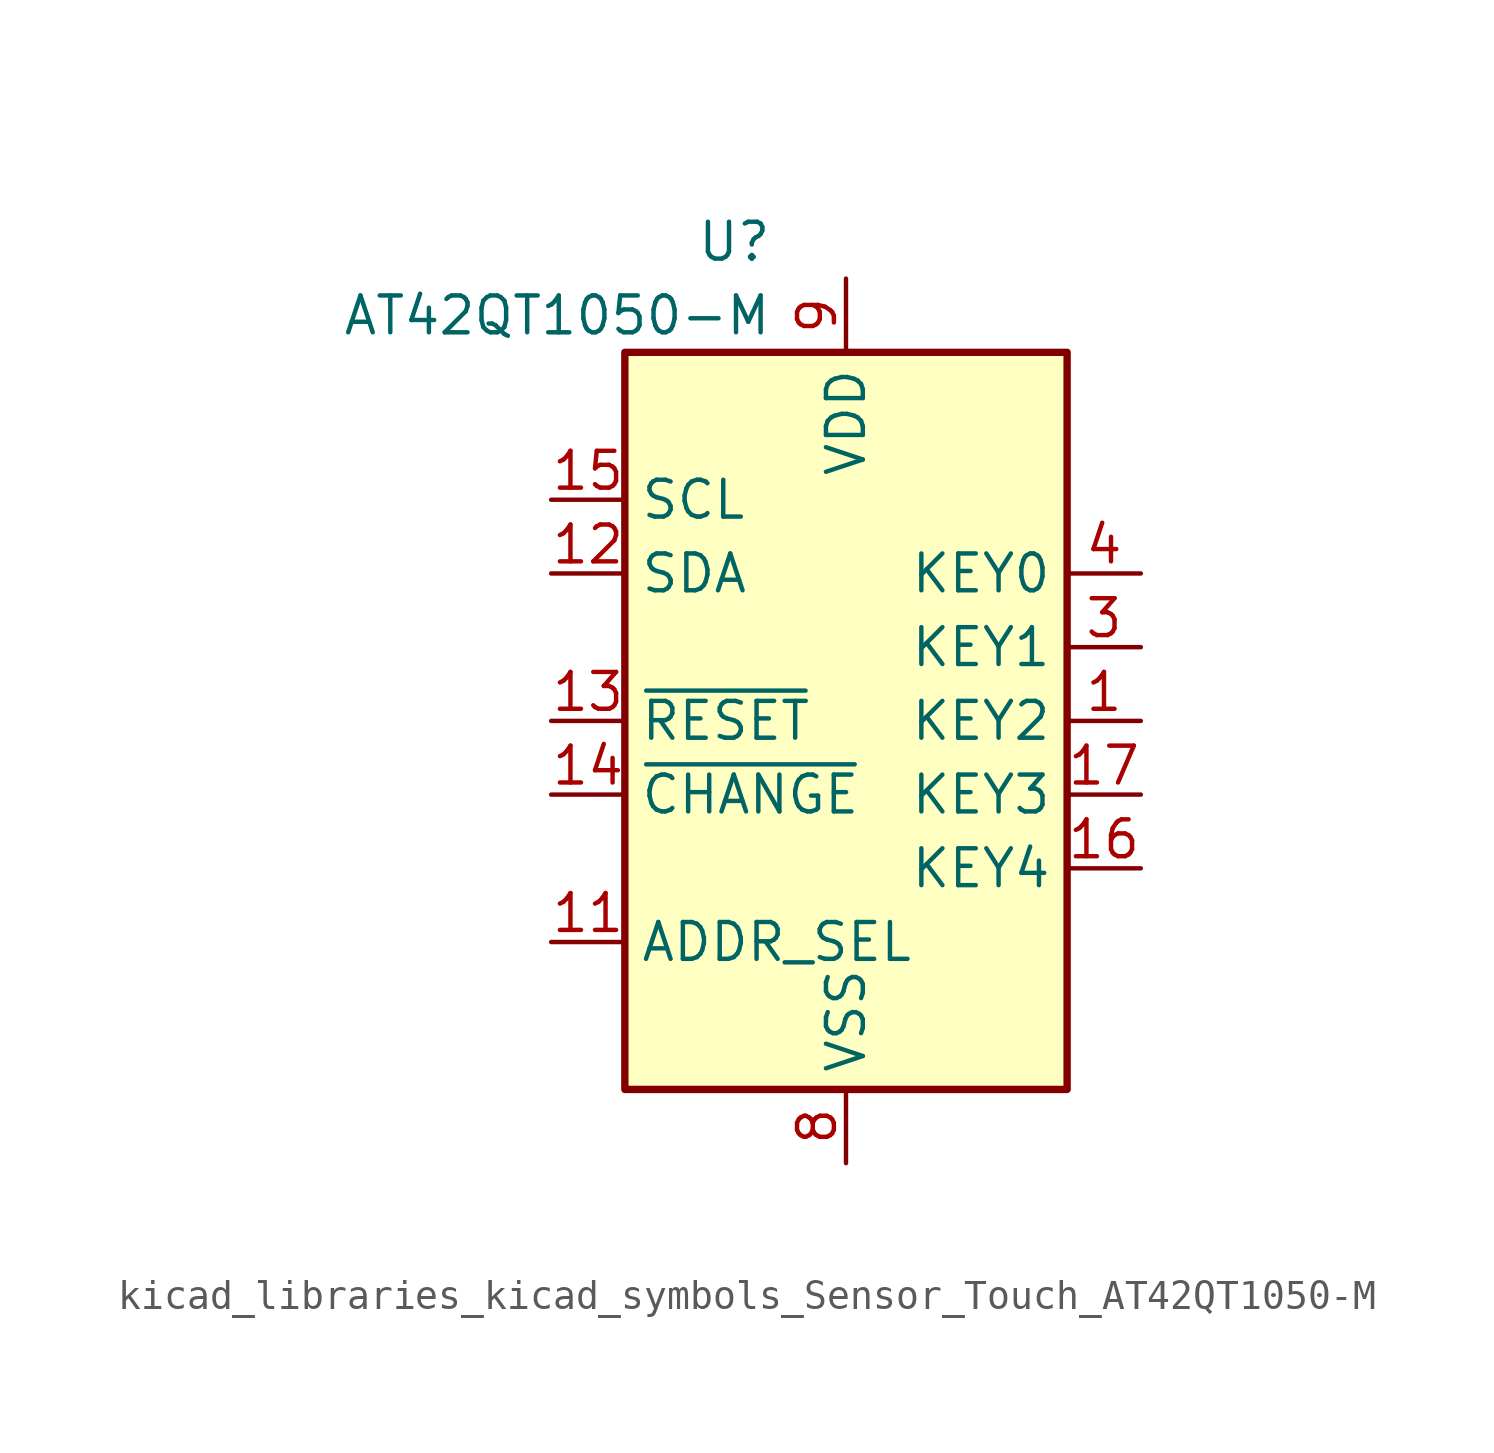
<source format=kicad_sym>
(kicad_symbol_lib
  (version 20220914)
  (generator kicad_symbol_editor)
  (symbol "kicad_libraries_kicad_symbols_Sensor_Touch_AT42QT1050-M"
    (property "Reference" "U"
      (at -2.54 16.51 0)
      (effects (font (size 1.27 1.27)) (justify right)))
    (property "Value" "AT42QT1050-M"
      (at -2.54 13.97 0)
      (effects (font (size 1.27 1.27)) (justify right)))
    (symbol "kicad_libraries_kicad_symbols_Sensor_Touch_AT42QT1050-M_0_1"
      (rectangle (start -7.62 12.7) (end 7.62 -12.7) (stroke (width 0.254) (type default)) (fill (type background))))
    (symbol "kicad_libraries_kicad_symbols_Sensor_Touch_AT42QT1050-M_1_1"
      (pin passive line (at 10.16 0 180) (length 2.54) (name "KEY2" (effects (font (size 1.27 1.27)))) (number "1" (effects (font (size 1.27 1.27)))))
      (pin no_connect line (at 7.62 10.16 180) (length 2.54) hide (name "NC" (effects (font (size 1.27 1.27)))) (number "10" (effects (font (size 1.27 1.27)))))
      (pin input line (at -10.16 -7.62 0) (length 2.54) (name "ADDR_SEL" (effects (font (size 1.27 1.27)))) (number "11" (effects (font (size 1.27 1.27)))))
      (pin bidirectional line (at -10.16 5.08 0) (length 2.54) (name "SDA" (effects (font (size 1.27 1.27)))) (number "12" (effects (font (size 1.27 1.27)))))
      (pin input line (at -10.16 0 0) (length 2.54) (name "~{RESET}" (effects (font (size 1.27 1.27)))) (number "13" (effects (font (size 1.27 1.27)))))
      (pin open_collector line (at -10.16 -2.54 0) (length 2.54) (name "~{CHANGE}" (effects (font (size 1.27 1.27)))) (number "14" (effects (font (size 1.27 1.27)))))
      (pin input line (at -10.16 7.62 0) (length 2.54) (name "SCL" (effects (font (size 1.27 1.27)))) (number "15" (effects (font (size 1.27 1.27)))))
      (pin passive line (at 10.16 -5.08 180) (length 2.54) (name "KEY4" (effects (font (size 1.27 1.27)))) (number "16" (effects (font (size 1.27 1.27)))))
      (pin passive line (at 10.16 -2.54 180) (length 2.54) (name "KEY3" (effects (font (size 1.27 1.27)))) (number "17" (effects (font (size 1.27 1.27)))))
      (pin no_connect line (at 7.62 7.62 180) (length 2.54) hide (name "NC" (effects (font (size 1.27 1.27)))) (number "18" (effects (font (size 1.27 1.27)))))
      (pin no_connect line (at 7.62 -7.62 180) (length 2.54) hide (name "NC" (effects (font (size 1.27 1.27)))) (number "19" (effects (font (size 1.27 1.27)))))
      (pin no_connect line (at -7.62 10.16 0) (length 2.54) hide (name "NC" (effects (font (size 1.27 1.27)))) (number "2" (effects (font (size 1.27 1.27)))))
      (pin no_connect line (at 7.62 -10.16 180) (length 2.54) hide (name "NC" (effects (font (size 1.27 1.27)))) (number "20" (effects (font (size 1.27 1.27)))))
      (pin passive line (at 0 -15.24 90) (length 2.54) hide (name "VSS" (effects (font (size 1.27 1.27)))) (number "21" (effects (font (size 1.27 1.27)))))
      (pin passive line (at 10.16 2.54 180) (length 2.54) (name "KEY1" (effects (font (size 1.27 1.27)))) (number "3" (effects (font (size 1.27 1.27)))))
      (pin passive line (at 10.16 5.08 180) (length 2.54) (name "KEY0" (effects (font (size 1.27 1.27)))) (number "4" (effects (font (size 1.27 1.27)))))
      (pin no_connect line (at -7.62 2.54 0) (length 2.54) hide (name "NC" (effects (font (size 1.27 1.27)))) (number "5" (effects (font (size 1.27 1.27)))))
      (pin no_connect line (at -7.62 -5.08 0) (length 2.54) hide (name "NC" (effects (font (size 1.27 1.27)))) (number "6" (effects (font (size 1.27 1.27)))))
      (pin no_connect line (at -7.62 -10.16 0) (length 2.54) hide (name "NC" (effects (font (size 1.27 1.27)))) (number "7" (effects (font (size 1.27 1.27)))))
      (pin power_in line (at 0 -15.24 90) (length 2.54) (name "VSS" (effects (font (size 1.27 1.27)))) (number "8" (effects (font (size 1.27 1.27)))))
      (pin power_in line (at 0 15.24 270) (length 2.54) (name "VDD" (effects (font (size 1.27 1.27)))) (number "9" (effects (font (size 1.27 1.27))))))))
</source>
